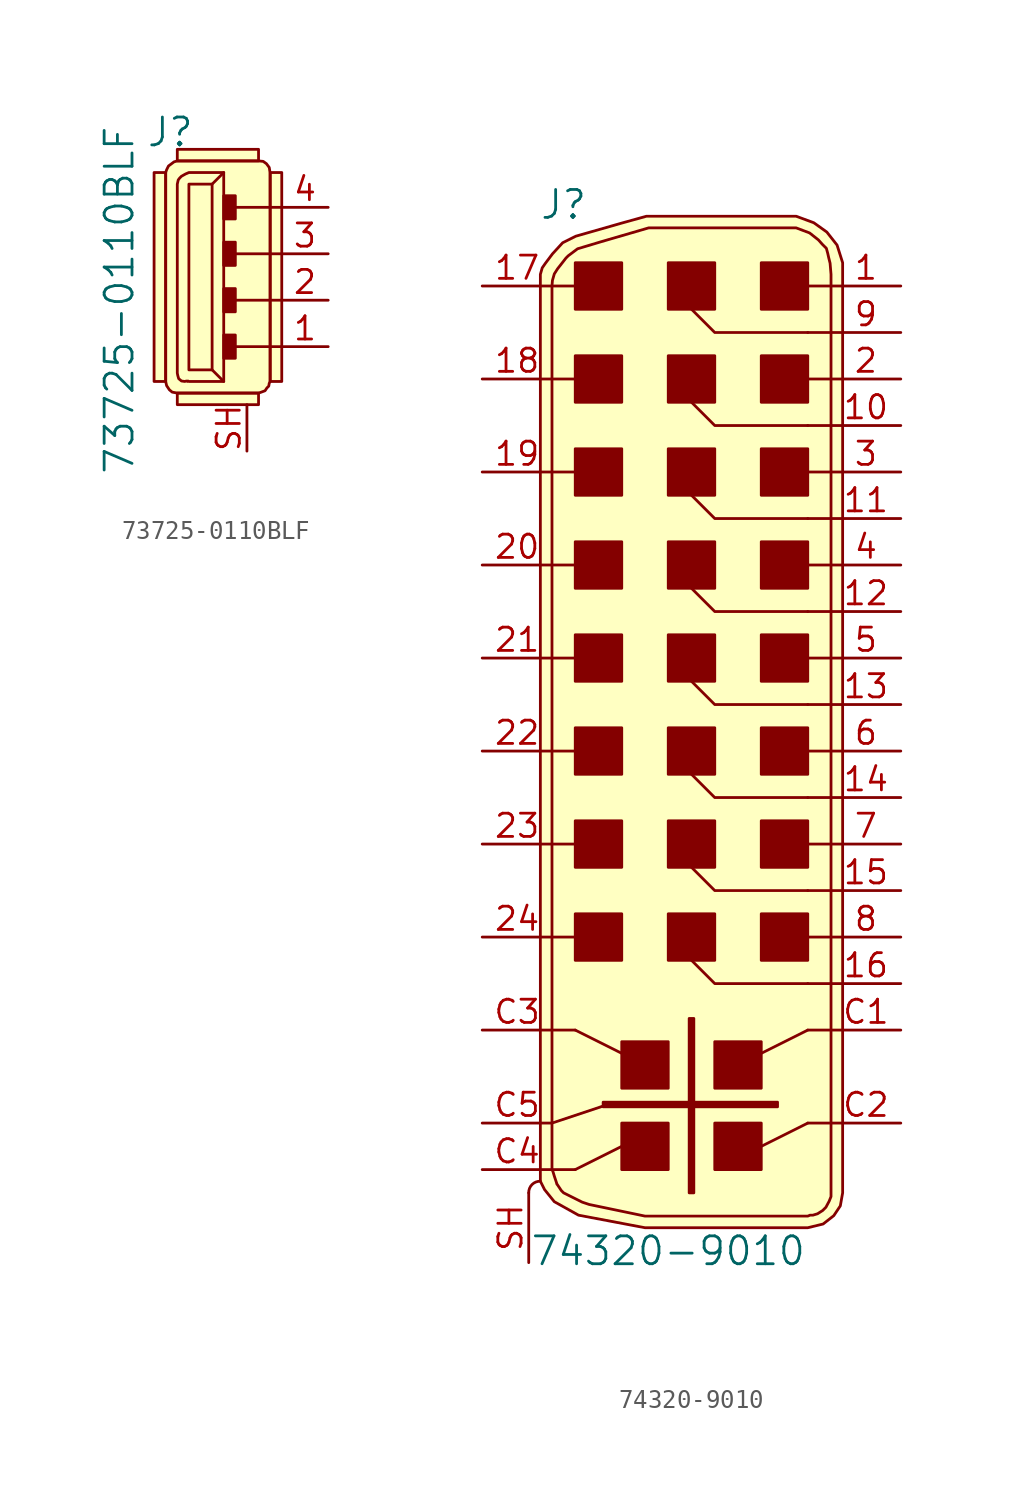
<source format=kicad_sym>
(kicad_symbol_lib
  (version 20220914)
  (generator kicad_symbol_editor)
  (symbol "73725-0110BLF"
    (pin_names
      (offset 1.016))
    (property "Reference" "J"
      (at -1.016 9.195 0)
      (effects (font (size 1.524 1.524))))
    (property "Value" "73725-0110BLF"
      (at -3.81 0 90)
      (effects (font (size 1.524 1.524))))
    (symbol "73725-0110BLF_0_1"
      (rectangle (start -1.27 -4.445) (end -1.905 6.985) (stroke (width 0) (type default)) (fill (type background)))
      (polyline (pts (xy 1.27 -3.81) (xy 1.905 -4.445)) (stroke (width 0) (type default)) (fill (type none)))
      (polyline (pts (xy 1.27 6.35) (xy 1.905 6.985)) (stroke (width 0) (type default)) (fill (type none)))
      (polyline (pts (xy 5.08 -2.54) (xy 2.54 -2.54)) (stroke (width 0) (type default)) (fill (type none)))
      (polyline (pts (xy 5.08 0) (xy 2.54 0)) (stroke (width 0) (type default)) (fill (type none)))
      (polyline (pts (xy 5.08 2.54) (xy 2.54 2.54)) (stroke (width 0) (type default)) (fill (type none)))
      (polyline (pts (xy 5.08 5.08) (xy 2.54 5.08)) (stroke (width 0) (type default)) (fill (type none)))
      (polyline (pts (xy -0.635 6.35) (xy -0.635 -3.81) (xy -0.635 -3.988) (xy -0.61 -4.115) (xy -0.559 -4.293) (xy -0.406 -4.42) (xy -0.229 -4.445) (xy -0.127 -4.42) (xy -0.076 -4.445) (xy -0.051 -4.42) (xy 0 -4.445) (xy 1.905 -4.445) (xy 1.905 6.985) (xy 0 6.985) (xy -0.178 6.909) (xy -0.406 6.782) (xy -0.508 6.68) (xy -0.584 6.579) (xy -0.635 6.35)) (stroke (width 0) (type default)) (fill (type none)))
      (polyline (pts (xy -0.635 -5.08) (xy 3.81 -5.08) (xy 3.962 -5.029) (xy 4.166 -4.953) (xy 4.267 -4.801) (xy 4.369 -4.699) (xy 4.394 -4.547) (xy 4.445 -4.445) (xy 4.445 6.985) (xy 4.42 7.087) (xy 4.42 7.112) (xy 4.394 7.264) (xy 4.242 7.468) (xy 4.064 7.595) (xy 3.81 7.62) (xy -0.635 7.62) (xy -0.813 7.569) (xy -1.118 7.341) (xy -1.219 7.137) (xy -1.27 6.985) (xy -1.27 -4.445) (xy -1.219 -4.674) (xy -1.067 -4.902) (xy -0.914 -5.029) (xy -0.635 -5.08)) (stroke (width 0) (type default)) (fill (type background)))
      (rectangle (start 1.27 6.35) (end 0 -3.81) (stroke (width 0) (type default)) (fill (type none)))
      (rectangle (start 2.54 -1.905) (end 1.905 -3.175) (stroke (width 0) (type default)) (fill (type outline)))
      (rectangle (start 2.54 0.635) (end 1.905 -0.635) (stroke (width 0) (type default)) (fill (type outline)))
      (rectangle (start 2.54 3.175) (end 1.905 1.905) (stroke (width 0) (type default)) (fill (type outline)))
      (rectangle (start 2.54 4.445) (end 1.905 5.715) (stroke (width 0) (type default)) (fill (type outline)))
      (rectangle (start 3.81 -5.08) (end -0.635 -5.715) (stroke (width 0) (type default)) (fill (type background)))
      (rectangle (start 3.81 7.62) (end -0.635 8.255) (stroke (width 0) (type default)) (fill (type background)))
      (rectangle (start 4.445 6.985) (end 5.08 -4.445) (stroke (width 0) (type default)) (fill (type background))))
    (symbol "73725-0110BLF_1_1"
      (pin passive line (at 7.62 -2.54 180) (length 2.54) (name "~" (effects (font (size 1.27 1.27)))) (number "1" (effects (font (size 1.27 1.27)))))
      (pin passive line (at 7.62 0 180) (length 2.54) (name "~" (effects (font (size 1.27 1.27)))) (number "2" (effects (font (size 1.27 1.27)))))
      (pin passive line (at 7.62 2.54 180) (length 2.54) (name "~" (effects (font (size 1.27 1.27)))) (number "3" (effects (font (size 1.27 1.27)))))
      (pin passive line (at 7.62 5.08 180) (length 2.54) (name "~" (effects (font (size 1.27 1.27)))) (number "4" (effects (font (size 1.27 1.27)))))
      (pin passive line (at 3.175 -8.255 90) (length 2.54) (name "~" (effects (font (size 1.27 1.27)))) (number "SH" (effects (font (size 1.27 1.27)))))))
  (symbol "74320-9010"
    (pin_names
      (offset 1.016))
    (property "Reference" "J"
      (at -8.255 27.305 0)
      (effects (font (size 1.524 1.524))))
    (property "Value" "74320-9010"
      (at -2.54 -29.845 0)
      (effects (font (size 1.524 1.524))))
    (symbol "74320-9010_0_1"
      (arc (start -9.525 -26.035) (mid -9.9825 -26.2192) (end -10.16 -26.67) (stroke (width 0) (type default)) (fill (type none)))
      (rectangle (start -5.08 -11.43) (end -7.62 -13.97) (stroke (width 0) (type default)) (fill (type outline)))
      (rectangle (start -5.08 -6.35) (end -7.62 -8.89) (stroke (width 0) (type default)) (fill (type outline)))
      (rectangle (start -5.08 -1.27) (end -7.62 -3.81) (stroke (width 0) (type default)) (fill (type outline)))
      (rectangle (start -5.08 3.81) (end -7.62 1.27) (stroke (width 0) (type default)) (fill (type outline)))
      (rectangle (start -5.08 8.89) (end -7.62 6.35) (stroke (width 0) (type default)) (fill (type outline)))
      (rectangle (start -5.08 13.97) (end -7.62 11.43) (stroke (width 0) (type default)) (fill (type outline)))
      (rectangle (start -5.08 19.05) (end -7.62 16.51) (stroke (width 0) (type default)) (fill (type outline)))
      (rectangle (start -5.08 24.13) (end -7.62 21.59) (stroke (width 0) (type default)) (fill (type outline)))
      (rectangle (start -2.54 -22.86) (end -5.08 -25.4) (stroke (width 0) (type default)) (fill (type outline)))
      (rectangle (start -2.54 -18.415) (end -5.08 -20.955) (stroke (width 0) (type default)) (fill (type outline)))
      (rectangle (start -1.397 -17.145) (end -1.143 -26.67) (stroke (width 0) (type default)) (fill (type outline)))
      (rectangle (start 0 -11.43) (end -2.54 -13.97) (stroke (width 0) (type default)) (fill (type outline)))
      (rectangle (start 0 -6.35) (end -2.54 -8.89) (stroke (width 0) (type default)) (fill (type outline)))
      (rectangle (start 0 -1.27) (end -2.54 -3.81) (stroke (width 0) (type default)) (fill (type outline)))
      (polyline (pts (xy -8.89 -22.86) (xy -5.842 -21.844)) (stroke (width 0) (type default)) (fill (type none)))
      (polyline (pts (xy -7.62 -25.4) (xy -8.89 -25.4)) (stroke (width 0) (type default)) (fill (type none)))
      (polyline (pts (xy -7.62 -25.4) (xy -5.08 -24.13)) (stroke (width 0) (type default)) (fill (type none)))
      (polyline (pts (xy -7.62 -17.78) (xy -8.89 -17.78)) (stroke (width 0) (type default)) (fill (type none)))
      (polyline (pts (xy -7.62 -17.78) (xy -5.08 -19.05)) (stroke (width 0) (type default)) (fill (type none)))
      (polyline (pts (xy -7.62 -12.7) (xy -8.89 -12.7)) (stroke (width 0) (type default)) (fill (type none)))
      (polyline (pts (xy -7.62 -7.62) (xy -8.89 -7.62)) (stroke (width 0) (type default)) (fill (type none)))
      (polyline (pts (xy -7.62 -2.54) (xy -8.89 -2.54)) (stroke (width 0) (type default)) (fill (type none)))
      (polyline (pts (xy -7.62 2.54) (xy -8.89 2.54)) (stroke (width 0) (type default)) (fill (type none)))
      (polyline (pts (xy -7.62 7.62) (xy -8.89 7.62)) (stroke (width 0) (type default)) (fill (type none)))
      (polyline (pts (xy -7.62 12.7) (xy -8.89 12.7)) (stroke (width 0) (type default)) (fill (type none)))
      (polyline (pts (xy -7.62 17.78) (xy -8.89 17.78)) (stroke (width 0) (type default)) (fill (type none)))
      (polyline (pts (xy -7.62 22.86) (xy -8.89 22.86)) (stroke (width 0) (type default)) (fill (type none)))
      (polyline (pts (xy 5.08 -22.86) (xy 2.54 -24.13)) (stroke (width 0) (type default)) (fill (type none)))
      (polyline (pts (xy 5.08 -17.78) (xy 2.54 -19.05)) (stroke (width 0) (type default)) (fill (type none)))
      (polyline (pts (xy 5.08 22.86) (xy 5.08 22.86)) (stroke (width 0) (type default)) (fill (type none)))
      (polyline (pts (xy 6.35 -22.86) (xy 5.08 -22.86)) (stroke (width 0) (type default)) (fill (type none)))
      (polyline (pts (xy 6.35 -17.78) (xy 5.08 -17.78)) (stroke (width 0) (type default)) (fill (type none)))
      (polyline (pts (xy 6.35 -15.24) (xy 5.08 -15.24)) (stroke (width 0) (type default)) (fill (type none)))
      (polyline (pts (xy 6.35 -12.7) (xy 5.08 -12.7)) (stroke (width 0) (type default)) (fill (type none)))
      (polyline (pts (xy 6.35 -10.16) (xy 5.08 -10.16)) (stroke (width 0) (type default)) (fill (type none)))
      (polyline (pts (xy 6.35 -7.62) (xy 5.08 -7.62)) (stroke (width 0) (type default)) (fill (type none)))
      (polyline (pts (xy 6.35 -5.08) (xy 5.08 -5.08)) (stroke (width 0) (type default)) (fill (type none)))
      (polyline (pts (xy 6.35 -2.54) (xy 5.08 -2.54)) (stroke (width 0) (type default)) (fill (type none)))
      (polyline (pts (xy 6.35 0) (xy 5.08 0)) (stroke (width 0) (type default)) (fill (type none)))
      (polyline (pts (xy 6.35 2.54) (xy 5.08 2.54)) (stroke (width 0) (type default)) (fill (type none)))
      (polyline (pts (xy 6.35 5.08) (xy 5.08 5.08)) (stroke (width 0) (type default)) (fill (type none)))
      (polyline (pts (xy 6.35 7.62) (xy 5.08 7.62)) (stroke (width 0) (type default)) (fill (type none)))
      (polyline (pts (xy 6.35 10.16) (xy 5.08 10.16)) (stroke (width 0) (type default)) (fill (type none)))
      (polyline (pts (xy 6.35 12.7) (xy 5.08 12.7)) (stroke (width 0) (type default)) (fill (type none)))
      (polyline (pts (xy 6.35 15.24) (xy 5.08 15.24)) (stroke (width 0) (type default)) (fill (type none)))
      (polyline (pts (xy 6.35 17.78) (xy 5.08 17.78)) (stroke (width 0) (type default)) (fill (type none)))
      (polyline (pts (xy 6.35 20.32) (xy 5.08 20.32)) (stroke (width 0) (type default)) (fill (type none)))
      (polyline (pts (xy 6.35 22.86) (xy 5.08 22.86)) (stroke (width 0) (type default)) (fill (type none)))
      (polyline (pts (xy -1.27 -13.97) (xy 0 -15.24) (xy 5.08 -15.24)) (stroke (width 0) (type default)) (fill (type none)))
      (polyline (pts (xy -1.27 -8.89) (xy 0 -10.16) (xy 5.08 -10.16)) (stroke (width 0) (type default)) (fill (type none)))
      (polyline (pts (xy -1.27 -3.81) (xy 0 -5.08) (xy 5.08 -5.08)) (stroke (width 0) (type default)) (fill (type none)))
      (polyline (pts (xy -1.27 1.27) (xy 0 0) (xy 5.08 0)) (stroke (width 0) (type default)) (fill (type none)))
      (polyline (pts (xy -1.27 6.35) (xy 0 5.08) (xy 5.08 5.08)) (stroke (width 0) (type default)) (fill (type none)))
      (polyline (pts (xy -1.27 11.43) (xy 0 10.16) (xy 5.08 10.16)) (stroke (width 0) (type default)) (fill (type none)))
      (polyline (pts (xy -1.27 16.51) (xy 0 15.24) (xy 5.08 15.24)) (stroke (width 0) (type default)) (fill (type none)))
      (polyline (pts (xy -1.27 21.59) (xy 0 20.32) (xy 5.08 20.32)) (stroke (width 0) (type default)) (fill (type none)))
      (polyline (pts (xy 6.985 -26.67) (xy 6.985 24.13) (xy 6.68 25.095) (xy 6.121 25.806) (xy 5.41 26.314) (xy 4.445 26.67) (xy -3.734 26.67) (xy -5.105 26.289) (xy -7.595 25.578) (xy -8.306 25.222) (xy -8.865 24.613) (xy -9.246 24.105) (xy -9.423 23.851) (xy -9.525 23.495) (xy -9.525 -26.035) (xy -9.296 -26.492) (xy -8.763 -27.153) (xy -7.442 -27.889) (xy -3.81 -28.575) (xy 5.08 -28.575) (xy 5.918 -28.372) (xy 6.502 -27.915) (xy 6.858 -27.381) (xy 6.985 -26.67)) (stroke (width 0) (type default)) (fill (type background)))
      (polyline (pts (xy -8.89 22.86) (xy -8.865 23.165) (xy -8.763 23.52) (xy -8.585 23.8) (xy -8.306 24.155) (xy -8.128 24.384) (xy -8.001 24.511) (xy -7.493 24.892) (xy -6.223 25.273) (xy -3.607 26.035) (xy 0.635 26.035) (xy 4.445 26.035) (xy 5.182 25.756) (xy 5.664 25.375) (xy 5.867 25.146) (xy 6.096 24.917) (xy 6.172 24.638) (xy 6.223 24.409) (xy 6.299 24.105) (xy 6.35 23.495) (xy 6.35 -26.67) (xy 6.35 -26.873) (xy 6.248 -27.127) (xy 6.071 -27.457) (xy 5.893 -27.635) (xy 5.613 -27.813) (xy 5.359 -27.889) (xy 5.207 -27.889) (xy 5.08 -27.94) (xy -3.81 -27.94) (xy -6.858 -27.305) (xy -7.239 -27.178) (xy -7.747 -26.924) (xy -8.001 -26.797) (xy -8.255 -26.67) (xy -8.382 -26.543) (xy -8.636 -26.162) (xy -8.611 -26.213) (xy -8.687 -25.984) (xy -8.763 -25.756) (xy -8.839 -25.502) (xy -8.89 -25.4) (xy -8.89 22.86)) (stroke (width 0) (type default)) (fill (type background)))
      (rectangle (start 0 3.81) (end -2.54 1.27) (stroke (width 0) (type default)) (fill (type outline)))
      (rectangle (start 0 8.89) (end -2.54 6.35) (stroke (width 0) (type default)) (fill (type outline)))
      (rectangle (start 0 13.97) (end -2.54 11.43) (stroke (width 0) (type default)) (fill (type outline)))
      (rectangle (start 0 19.05) (end -2.54 16.51) (stroke (width 0) (type default)) (fill (type outline)))
      (rectangle (start 0 24.13) (end -2.54 21.59) (stroke (width 0) (type default)) (fill (type outline)))
      (rectangle (start 2.54 -22.86) (end 0 -25.4) (stroke (width 0) (type default)) (fill (type outline)))
      (rectangle (start 2.54 -18.415) (end 0 -20.955) (stroke (width 0) (type default)) (fill (type outline)))
      (rectangle (start 5.08 -11.43) (end 2.54 -13.97) (stroke (width 0) (type default)) (fill (type outline)))
      (rectangle (start 5.08 -6.35) (end 2.54 -8.89) (stroke (width 0) (type default)) (fill (type outline)))
      (rectangle (start 5.08 -1.27) (end 2.54 -3.81) (stroke (width 0) (type default)) (fill (type outline)))
      (rectangle (start 5.08 3.81) (end 2.54 1.27) (stroke (width 0) (type default)) (fill (type outline)))
      (rectangle (start 5.08 8.89) (end 2.54 6.35) (stroke (width 0) (type default)) (fill (type outline)))
      (rectangle (start 5.08 13.97) (end 2.54 11.43) (stroke (width 0) (type default)) (fill (type outline)))
      (rectangle (start 5.08 19.05) (end 2.54 16.51) (stroke (width 0) (type default)) (fill (type outline)))
      (rectangle (start 5.08 24.13) (end 2.54 21.59) (stroke (width 0) (type default)) (fill (type outline))))
    (symbol "74320-9010_1_1"
      (rectangle (start -6.096 -21.971) (end 3.429 -21.717) (stroke (width 0) (type default)) (fill (type outline)))
      (pin passive line (at 10.16 22.86 180) (length 3.81) (name "~" (effects (font (size 1.27 1.27)))) (number "1" (effects (font (size 1.27 1.27)))))
      (pin passive line (at 10.16 15.24 180) (length 3.81) (name "~" (effects (font (size 1.27 1.27)))) (number "10" (effects (font (size 1.27 1.27)))))
      (pin passive line (at 10.16 10.16 180) (length 3.81) (name "~" (effects (font (size 1.27 1.27)))) (number "11" (effects (font (size 1.27 1.27)))))
      (pin passive line (at 10.16 5.08 180) (length 3.81) (name "~" (effects (font (size 1.27 1.27)))) (number "12" (effects (font (size 1.27 1.27)))))
      (pin passive line (at 10.16 0 180) (length 3.81) (name "~" (effects (font (size 1.27 1.27)))) (number "13" (effects (font (size 1.27 1.27)))))
      (pin passive line (at 10.16 -5.08 180) (length 3.81) (name "~" (effects (font (size 1.27 1.27)))) (number "14" (effects (font (size 1.27 1.27)))))
      (pin passive line (at 10.16 -10.16 180) (length 3.81) (name "~" (effects (font (size 1.27 1.27)))) (number "15" (effects (font (size 1.27 1.27)))))
      (pin passive line (at 10.16 -15.24 180) (length 3.81) (name "~" (effects (font (size 1.27 1.27)))) (number "16" (effects (font (size 1.27 1.27)))))
      (pin passive line (at -12.7 22.86 0) (length 3.81) (name "~" (effects (font (size 1.27 1.27)))) (number "17" (effects (font (size 1.27 1.27)))))
      (pin passive line (at -12.7 17.78 0) (length 3.81) (name "~" (effects (font (size 1.27 1.27)))) (number "18" (effects (font (size 1.27 1.27)))))
      (pin passive line (at -12.7 12.7 0) (length 3.81) (name "~" (effects (font (size 1.27 1.27)))) (number "19" (effects (font (size 1.27 1.27)))))
      (pin passive line (at 10.16 17.78 180) (length 3.81) (name "~" (effects (font (size 1.27 1.27)))) (number "2" (effects (font (size 1.27 1.27)))))
      (pin passive line (at -12.7 7.62 0) (length 3.81) (name "~" (effects (font (size 1.27 1.27)))) (number "20" (effects (font (size 1.27 1.27)))))
      (pin passive line (at -12.7 2.54 0) (length 3.81) (name "~" (effects (font (size 1.27 1.27)))) (number "21" (effects (font (size 1.27 1.27)))))
      (pin passive line (at -12.7 -2.54 0) (length 3.81) (name "~" (effects (font (size 1.27 1.27)))) (number "22" (effects (font (size 1.27 1.27)))))
      (pin passive line (at -12.7 -7.62 0) (length 3.81) (name "~" (effects (font (size 1.27 1.27)))) (number "23" (effects (font (size 1.27 1.27)))))
      (pin passive line (at -12.7 -12.7 0) (length 3.81) (name "~" (effects (font (size 1.27 1.27)))) (number "24" (effects (font (size 1.27 1.27)))))
      (pin passive line (at 10.16 12.7 180) (length 3.81) (name "~" (effects (font (size 1.27 1.27)))) (number "3" (effects (font (size 1.27 1.27)))))
      (pin passive line (at 10.16 7.62 180) (length 3.81) (name "~" (effects (font (size 1.27 1.27)))) (number "4" (effects (font (size 1.27 1.27)))))
      (pin passive line (at 10.16 2.54 180) (length 3.81) (name "~" (effects (font (size 1.27 1.27)))) (number "5" (effects (font (size 1.27 1.27)))))
      (pin passive line (at 10.16 -2.54 180) (length 3.81) (name "~" (effects (font (size 1.27 1.27)))) (number "6" (effects (font (size 1.27 1.27)))))
      (pin passive line (at 10.16 -7.62 180) (length 3.81) (name "~" (effects (font (size 1.27 1.27)))) (number "7" (effects (font (size 1.27 1.27)))))
      (pin passive line (at 10.16 -12.7 180) (length 3.81) (name "~" (effects (font (size 1.27 1.27)))) (number "8" (effects (font (size 1.27 1.27)))))
      (pin passive line (at 10.16 20.32 180) (length 3.81) (name "~" (effects (font (size 1.27 1.27)))) (number "9" (effects (font (size 1.27 1.27)))))
      (pin passive line (at 10.16 -17.78 180) (length 3.81) (name "~" (effects (font (size 1.27 1.27)))) (number "C1" (effects (font (size 1.27 1.27)))))
      (pin passive line (at 10.16 -22.86 180) (length 3.81) (name "~" (effects (font (size 1.27 1.27)))) (number "C2" (effects (font (size 1.27 1.27)))))
      (pin passive line (at -12.7 -17.78 0) (length 3.81) (name "~" (effects (font (size 1.27 1.27)))) (number "C3" (effects (font (size 1.27 1.27)))))
      (pin passive line (at -12.7 -25.4 0) (length 3.81) (name "~" (effects (font (size 1.27 1.27)))) (number "C4" (effects (font (size 1.27 1.27)))))
      (pin passive line (at -12.7 -22.86 0) (length 3.81) (name "~" (effects (font (size 1.27 1.27)))) (number "C5" (effects (font (size 1.27 1.27)))))
      (pin passive line (at -10.16 -30.48 90) (length 3.81) (name "~" (effects (font (size 1.27 1.27)))) (number "SH" (effects (font (size 1.27 1.27))))))))
</source>
